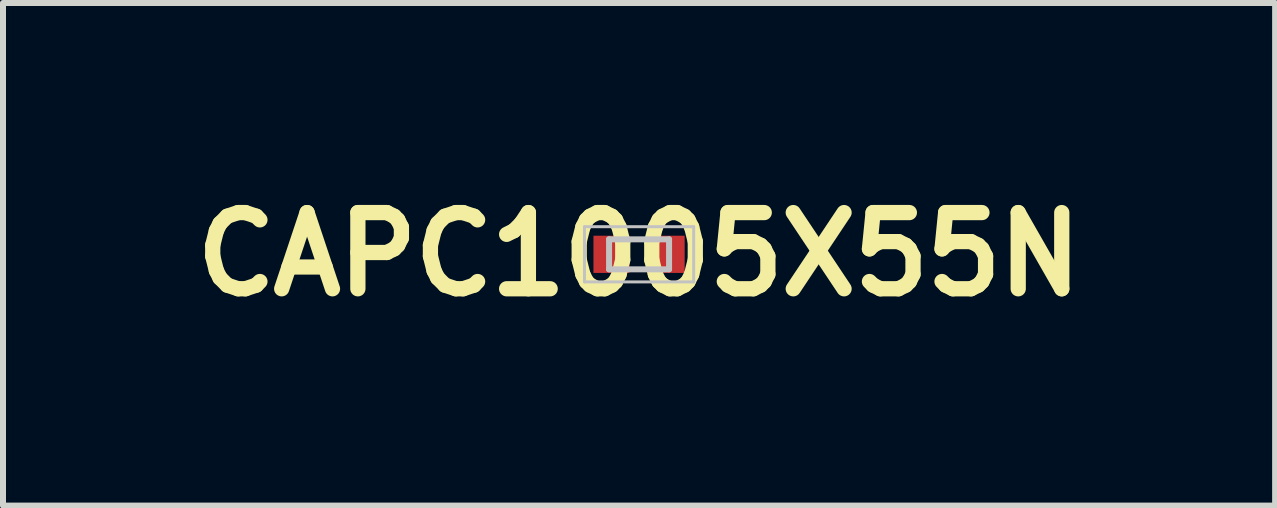
<source format=kicad_pcb>
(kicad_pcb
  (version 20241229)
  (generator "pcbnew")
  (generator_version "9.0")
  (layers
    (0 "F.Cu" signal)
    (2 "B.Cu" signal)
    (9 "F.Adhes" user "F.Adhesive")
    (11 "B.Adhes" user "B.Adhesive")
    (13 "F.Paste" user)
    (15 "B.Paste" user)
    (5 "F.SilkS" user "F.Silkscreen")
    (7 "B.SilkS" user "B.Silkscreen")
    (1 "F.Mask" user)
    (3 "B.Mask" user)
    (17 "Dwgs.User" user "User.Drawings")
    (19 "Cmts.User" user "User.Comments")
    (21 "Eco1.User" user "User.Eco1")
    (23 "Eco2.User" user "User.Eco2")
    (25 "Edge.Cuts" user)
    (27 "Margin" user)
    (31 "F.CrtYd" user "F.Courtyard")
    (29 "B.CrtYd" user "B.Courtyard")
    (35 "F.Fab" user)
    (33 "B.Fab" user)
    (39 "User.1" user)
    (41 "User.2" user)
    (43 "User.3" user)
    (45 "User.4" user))
  (footprint "CAPC1005X55N"
    (layer "F.Cu")
    (at 7.602 1.189)
    (property "Reference" "CAPC1005X55N" (at 0 0 0) (layer "F.SilkS") (effects (font (size 1.27 1.27) (thickness 0.254))))
    (attr smd)
    (fp_line (start -0.91 -0.46) (end 0.91 -0.46) (stroke (width 0.05) (type solid)) (layer "Dwgs.User"))
    (fp_line (start -0.91 0.46) (end -0.91 -0.46) (stroke (width 0.05) (type solid)) (layer "Dwgs.User"))
    (fp_line (start -0.5 -0.25) (end 0.5 -0.25) (stroke (width 0.1) (type solid)) (layer "Dwgs.User"))
    (fp_line (start -0.5 0.25) (end -0.5 -0.25) (stroke (width 0.1) (type solid)) (layer "Dwgs.User"))
    (fp_line (start 0.5 -0.25) (end 0.5 0.25) (stroke (width 0.1) (type solid)) (layer "Dwgs.User"))
    (fp_line (start 0.5 0.25) (end -0.5 0.25) (stroke (width 0.1) (type solid)) (layer "Dwgs.User"))
    (fp_line (start 0.91 -0.46) (end 0.91 0.46) (stroke (width 0.05) (type solid)) (layer "Dwgs.User"))
    (fp_line (start 0.91 0.46) (end -0.91 0.46) (stroke (width 0.05) (type solid)) (layer "Dwgs.User"))
    (pad "1" smd rect (at -0.46 0) (size 0.6 0.62) (layers "F.Cu" "F.Mask" "F.Paste"))
    (pad "2" smd rect (at 0.46 0) (size 0.6 0.62) (layers "F.Cu" "F.Mask" "F.Paste")))
  (gr_rect
    (start -3 -3)
    (end 18.204 5.377)
    (stroke (width 0.1) (type default))
    (fill no)
    (layer "Edge.Cuts")))
</source>
